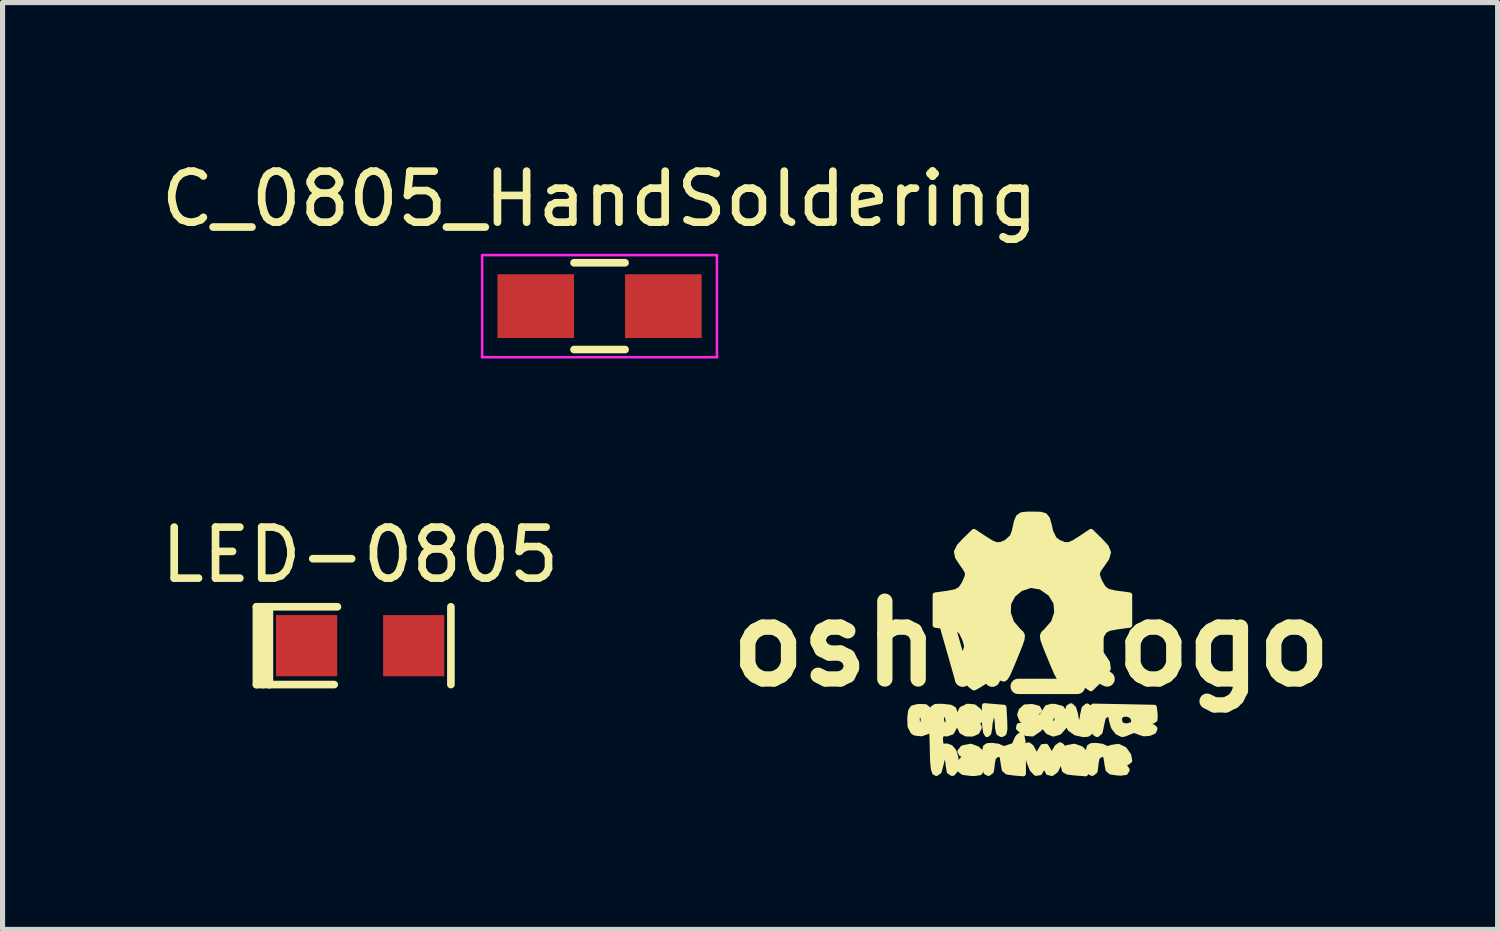
<source format=kicad_pcb>
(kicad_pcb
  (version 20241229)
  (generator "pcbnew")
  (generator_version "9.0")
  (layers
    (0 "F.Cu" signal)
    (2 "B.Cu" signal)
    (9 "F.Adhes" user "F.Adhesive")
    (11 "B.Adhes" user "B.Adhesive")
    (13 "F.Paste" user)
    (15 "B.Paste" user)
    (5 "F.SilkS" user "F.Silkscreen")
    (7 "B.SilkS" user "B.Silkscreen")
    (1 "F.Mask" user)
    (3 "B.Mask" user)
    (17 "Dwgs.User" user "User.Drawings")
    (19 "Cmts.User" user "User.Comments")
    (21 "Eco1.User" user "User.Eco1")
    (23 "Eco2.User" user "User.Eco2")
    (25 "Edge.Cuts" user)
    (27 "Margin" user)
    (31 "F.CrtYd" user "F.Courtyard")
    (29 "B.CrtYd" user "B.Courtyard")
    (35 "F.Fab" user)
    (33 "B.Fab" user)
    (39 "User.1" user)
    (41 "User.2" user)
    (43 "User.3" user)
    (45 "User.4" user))
  (footprint "LED-0805"
    (layer "F.Cu")
    (at 4.006 9.6)
    (property "Reference" "LED-0805" (at 0 -1.778 0) (layer "F.SilkS") (effects (font (size 1 1) (thickness 0.15))))
    (attr smd)
    (fp_line (start -2.032 -0.762) (end -1.778 -0.762) (stroke (width 0.15) (type solid)) (layer "F.SilkS"))
    (fp_line (start -2.032 0.762) (end -2.032 -0.762) (stroke (width 0.15) (type solid)) (layer "F.SilkS"))
    (fp_line (start -1.905 -0.762) (end -1.905 0.762) (stroke (width 0.15) (type solid)) (layer "F.SilkS"))
    (fp_line (start -1.778 -0.762) (end -1.778 0.762) (stroke (width 0.15) (type solid)) (layer "F.SilkS"))
    (fp_line (start -1.778 -0.762) (end -0.445 -0.762) (stroke (width 0.15) (type solid)) (layer "F.SilkS"))
    (fp_line (start -1.778 0.762) (end -2.032 0.762) (stroke (width 0.15) (type solid)) (layer "F.SilkS"))
    (fp_line (start -1.778 0.762) (end -0.508 0.762) (stroke (width 0.15) (type solid)) (layer "F.SilkS"))
    (fp_line (start 1.778 -0.762) (end 1.778 0.762) (stroke (width 0.15) (type solid)) (layer "F.SilkS"))
    (pad "1" smd rect (at -1.049 0 180) (size 1.199 1.199) (layers "F.Cu" "F.Mask" "F.Paste"))
    (pad "2" smd rect (at 1.049 0 180) (size 1.199 1.199) (layers "F.Cu" "F.Mask" "F.Paste")))
  (footprint "oshw_logo"
    (layer "F.Cu")
    (at 17.152 9.563)
    (property "Reference" "oshw_logo" (at 0 0 0) (layer "F.SilkS") (effects (font (size 1.524 1.524) (thickness 0.3))))
    (attr through_hole)
    (fp_poly (pts (xy -0.515 1.672) (xy -0.532 1.753) (xy -0.576 1.778) (xy -0.582 1.778) (xy -0.636 1.747) (xy -0.658 1.643) (xy -0.66 1.575) (xy -0.674 1.436) (xy -0.709 1.374) (xy -0.755 1.398) (xy -0.782 1.452) (xy -0.807 1.567) (xy -0.813 1.655) (xy -0.831 1.749) (xy -0.864 1.778) (xy -0.891 1.732) (xy -0.91 1.613) (xy -0.914 1.496) (xy -0.914 1.213) (xy -0.724 1.229) (xy -0.533 1.245) (xy -0.518 1.511) (xy -0.515 1.672)) (stroke (width 0.1) (type solid)) (fill yes) (layer "F.SilkS"))
    (fp_poly (pts (xy -0.97 1.441) (xy -1 1.505) (xy -1.114 1.524) (xy -1.121 1.524) (xy -1.177 1.531) (xy -1.177 1.404) (xy -1.185 1.389) (xy -1.246 1.382) (xy -1.253 1.389) (xy -1.246 1.419) (xy -1.219 1.422) (xy -1.177 1.404) (xy -1.177 1.531) (xy -1.219 1.537) (xy -1.249 1.567) (xy -1.248 1.57) (xy -1.182 1.596) (xy -1.118 1.59) (xy -1.033 1.594) (xy -1.016 1.64) (xy -1.058 1.725) (xy -1.157 1.769) (xy -1.276 1.765) (xy -1.361 1.717) (xy -1.405 1.625) (xy -1.422 1.499) (xy -1.404 1.367) (xy -1.361 1.28) (xy -1.247 1.224) (xy -1.118 1.236) (xy -1.022 1.31) (xy -1.018 1.317) (xy -0.97 1.441)) (stroke (width 0.1) (type solid)) (fill yes) (layer "F.SilkS"))
    (fp_poly (pts (xy -0.966 2.349) (xy -0.971 2.471) (xy -1.006 2.525) (xy -1.101 2.54) (xy -1.143 2.54) (xy -1.143 2.388) (xy -1.155 2.345) (xy -1.194 2.337) (xy -1.249 2.361) (xy -1.245 2.388) (xy -1.201 2.436) (xy -1.194 2.438) (xy -1.153 2.403) (xy -1.143 2.388) (xy -1.143 2.54) (xy -1.17 2.54) (xy -1.333 2.52) (xy -1.404 2.464) (xy -1.412 2.337) (xy -1.336 2.254) (xy -1.243 2.235) (xy -1.154 2.219) (xy -1.144 2.182) (xy -1.213 2.152) (xy -1.27 2.159) (xy -1.366 2.161) (xy -1.395 2.112) (xy -1.344 2.045) (xy -1.326 2.035) (xy -1.187 2.008) (xy -1.055 2.055) (xy -1.004 2.104) (xy -0.979 2.188) (xy -0.966 2.324) (xy -0.966 2.349)) (stroke (width 0.1) (type solid)) (fill yes) (layer "F.SilkS"))
    (fp_poly (pts (xy -0.152 2.546) (xy -0.305 2.534) (xy -0.305 2.286) (xy -0.326 2.203) (xy -0.356 2.184) (xy -0.397 2.227) (xy -0.406 2.286) (xy -0.385 2.369) (xy -0.356 2.388) (xy -0.314 2.345) (xy -0.305 2.286) (xy -0.305 2.534) (xy -0.343 2.53) (xy -0.469 2.512) (xy -0.526 2.463) (xy -0.547 2.351) (xy -0.549 2.33) (xy -0.568 2.208) (xy -0.608 2.165) (xy -0.663 2.17) (xy -0.736 2.221) (xy -0.761 2.338) (xy -0.762 2.368) (xy -0.78 2.497) (xy -0.836 2.54) (xy -0.838 2.54) (xy -0.884 2.515) (xy -0.908 2.426) (xy -0.914 2.264) (xy -0.912 2.106) (xy -0.895 2.024) (xy -0.85 1.995) (xy -0.762 1.992) (xy -0.76 1.992) (xy -0.643 2.008) (xy -0.579 2.04) (xy -0.52 2.054) (xy -0.454 2.03) (xy -0.375 2.004) (xy -0.351 2.018) (xy -0.336 2.007) (xy -0.311 1.934) (xy -0.262 1.832) (xy -0.214 1.79) (xy -0.181 1.81) (xy -0.161 1.904) (xy -0.153 2.084) (xy -0.152 2.158) (xy -0.152 2.546)) (stroke (width 0.1) (type solid)) (fill yes) (layer "F.SilkS"))
    (fp_poly (pts (xy 1.93 2.29) (xy 1.886 2.324) (xy 1.778 2.344) (xy 1.765 2.344) (xy 1.727 2.347) (xy 1.727 2.184) (xy 1.71 2.135) (xy 1.705 2.134) (xy 1.661 2.169) (xy 1.651 2.184) (xy 1.655 2.231) (xy 1.673 2.235) (xy 1.725 2.198) (xy 1.727 2.184) (xy 1.727 2.347) (xy 1.661 2.351) (xy 1.655 2.359) (xy 1.74 2.373) (xy 1.845 2.414) (xy 1.88 2.47) (xy 1.851 2.521) (xy 1.753 2.534) (xy 1.689 2.53) (xy 1.563 2.512) (xy 1.506 2.463) (xy 1.485 2.351) (xy 1.483 2.33) (xy 1.464 2.208) (xy 1.424 2.165) (xy 1.369 2.17) (xy 1.296 2.221) (xy 1.271 2.338) (xy 1.27 2.368) (xy 1.252 2.497) (xy 1.196 2.54) (xy 1.194 2.54) (xy 1.148 2.515) (xy 1.124 2.426) (xy 1.118 2.264) (xy 1.12 2.106) (xy 1.137 2.024) (xy 1.182 1.995) (xy 1.27 1.992) (xy 1.272 1.992) (xy 1.389 2.008) (xy 1.453 2.04) (xy 1.512 2.054) (xy 1.578 2.03) (xy 1.708 2.01) (xy 1.828 2.068) (xy 1.911 2.184) (xy 1.93 2.29)) (stroke (width 0.1) (type solid)) (fill yes) (layer "F.SilkS"))
    (fp_poly (pts (xy 2.429 1.384) (xy 2.427 1.486) (xy 2.371 1.521) (xy 2.315 1.524) (xy 2.277 1.531) (xy 2.277 1.404) (xy 2.269 1.389) (xy 2.209 1.382) (xy 2.201 1.389) (xy 2.208 1.419) (xy 2.235 1.422) (xy 2.277 1.404) (xy 2.277 1.531) (xy 2.218 1.541) (xy 2.184 1.574) (xy 2.227 1.609) (xy 2.293 1.612) (xy 2.389 1.627) (xy 2.424 1.662) (xy 2.402 1.718) (xy 2.318 1.754) (xy 2.211 1.763) (xy 2.119 1.735) (xy 2.111 1.729) (xy 2.017 1.696) (xy 2.013 1.697) (xy 2.013 1.493) (xy 1.971 1.415) (xy 1.885 1.377) (xy 1.792 1.383) (xy 1.733 1.436) (xy 1.727 1.468) (xy 1.747 1.57) (xy 1.824 1.607) (xy 1.902 1.607) (xy 1.994 1.575) (xy 2.013 1.493) (xy 2.013 1.697) (xy 1.937 1.724) (xy 1.835 1.767) (xy 1.785 1.778) (xy 1.691 1.734) (xy 1.612 1.629) (xy 1.575 1.501) (xy 1.575 1.491) (xy 1.555 1.397) (xy 1.487 1.381) (xy 1.486 1.381) (xy 1.416 1.435) (xy 1.383 1.572) (xy 1.381 1.588) (xy 1.351 1.729) (xy 1.293 1.778) (xy 1.292 1.778) (xy 1.248 1.75) (xy 1.225 1.653) (xy 1.219 1.5) (xy 1.219 1.222) (xy 1.816 1.233) (xy 2.413 1.245) (xy 2.429 1.384)) (stroke (width 0.1) (type solid)) (fill yes) (layer "F.SilkS"))
    (fp_poly (pts (xy 1.067 2.546) (xy 0.889 2.533) (xy 0.889 2.388) (xy 0.877 2.345) (xy 0.838 2.337) (xy 0.783 2.361) (xy 0.787 2.388) (xy 0.831 2.436) (xy 0.838 2.438) (xy 0.879 2.403) (xy 0.889 2.388) (xy 0.889 2.533) (xy 0.851 2.53) (xy 0.714 2.513) (xy 0.652 2.477) (xy 0.635 2.404) (xy 0.635 2.388) (xy 0.659 2.29) (xy 0.748 2.239) (xy 0.787 2.229) (xy 0.893 2.201) (xy 0.9 2.181) (xy 0.808 2.167) (xy 0.748 2.163) (xy 0.652 2.171) (xy 0.593 2.229) (xy 0.55 2.347) (xy 0.486 2.48) (xy 0.407 2.54) (xy 0.334 2.522) (xy 0.289 2.426) (xy 0.267 2.311) (xy 0.229 2.426) (xy 0.168 2.527) (xy 0.094 2.537) (xy 0.019 2.46) (xy -0.04 2.311) (xy -0.084 2.133) (xy -0.098 2.033) (xy -0.082 1.989) (xy -0.05 1.981) (xy 0.004 2.023) (xy 0.058 2.121) (xy 0.114 2.261) (xy 0.164 2.118) (xy 0.225 2.015) (xy 0.291 2.009) (xy 0.349 2.101) (xy 0.36 2.137) (xy 0.392 2.261) (xy 0.449 2.121) (xy 0.507 2.023) (xy 0.567 1.98) (xy 0.606 2.004) (xy 0.61 2.034) (xy 0.641 2.06) (xy 0.708 2.034) (xy 0.845 2.008) (xy 0.978 2.055) (xy 1.028 2.104) (xy 1.053 2.188) (xy 1.066 2.324) (xy 1.066 2.352) (xy 1.067 2.546)) (stroke (width 0.1) (type solid)) (fill yes) (layer "F.SilkS"))
    (fp_poly (pts (xy 1.168 1.499) (xy 1.166 1.658) (xy 1.149 1.741) (xy 1.105 1.773) (xy 1.02 1.778) (xy 0.874 1.746) (xy 0.759 1.665) (xy 0.711 1.561) (xy 0.71 1.558) (xy 0.692 1.553) (xy 0.647 1.623) (xy 0.646 1.626) (xy 0.552 1.733) (xy 0.508 1.747) (xy 0.508 1.473) (xy 0.489 1.391) (xy 0.463 1.372) (xy 0.407 1.412) (xy 0.379 1.493) (xy 0.393 1.544) (xy 0.463 1.573) (xy 0.504 1.514) (xy 0.508 1.473) (xy 0.508 1.747) (xy 0.436 1.768) (xy 0.33 1.725) (xy 0.3 1.687) (xy 0.25 1.621) (xy 0.203 1.63) (xy 0.145 1.684) (xy 0.025 1.766) (xy -0.098 1.756) (xy -0.165 1.723) (xy -0.247 1.652) (xy -0.237 1.603) (xy -0.143 1.589) (xy -0.089 1.596) (xy 0.014 1.613) (xy 0.024 1.606) (xy -0.049 1.573) (xy -0.184 1.489) (xy -0.223 1.39) (xy -0.196 1.308) (xy -0.119 1.238) (xy 0.016 1.229) (xy 0.135 1.26) (xy 0.161 1.309) (xy 0.093 1.359) (xy 0.041 1.375) (xy -0.034 1.397) (xy -0.02 1.413) (xy 0.067 1.432) (xy 0.179 1.437) (xy 0.24 1.378) (xy 0.258 1.337) (xy 0.311 1.25) (xy 0.404 1.225) (xy 0.468 1.229) (xy 0.596 1.263) (xy 0.659 1.35) (xy 0.666 1.372) (xy 0.701 1.499) (xy 0.706 1.359) (xy 0.731 1.245) (xy 0.781 1.215) (xy 0.834 1.263) (xy 0.87 1.383) (xy 0.873 1.41) (xy 0.895 1.532) (xy 0.93 1.597) (xy 0.94 1.6) (xy 0.976 1.555) (xy 1.003 1.444) (xy 1.006 1.41) (xy 1.037 1.268) (xy 1.095 1.219) (xy 1.095 1.219) (xy 1.14 1.247) (xy 1.163 1.344) (xy 1.168 1.499)) (stroke (width 0.1) (type solid)) (fill yes) (layer "F.SilkS"))
    (fp_poly (pts (xy -1.466 2.363) (xy -1.484 2.478) (xy -1.533 2.537) (xy -1.549 2.54) (xy -1.605 2.502) (xy -1.625 2.381) (xy -1.626 2.358) (xy -1.644 2.232) (xy -1.688 2.195) (xy -1.736 2.243) (xy -1.768 2.374) (xy -1.769 2.379) (xy -1.801 2.499) (xy -1.857 2.54) (xy -1.892 2.52) (xy -1.915 2.448) (xy -1.929 2.31) (xy -1.936 2.088) (xy -1.936 2.045) (xy -1.941 1.846) (xy -1.949 1.704) (xy -1.958 1.634) (xy -1.965 1.638) (xy -2.033 1.722) (xy -2.114 1.75) (xy -2.114 1.453) (xy -2.118 1.44) (xy -2.169 1.378) (xy -2.19 1.372) (xy -2.226 1.412) (xy -2.234 1.499) (xy -2.21 1.58) (xy -2.201 1.592) (xy -2.153 1.595) (xy -2.117 1.535) (xy -2.114 1.453) (xy -2.114 1.75) (xy -2.15 1.763) (xy -2.273 1.749) (xy -2.315 1.725) (xy -2.372 1.615) (xy -2.377 1.452) (xy -2.361 1.319) (xy -2.32 1.256) (xy -2.229 1.232) (xy -2.197 1.229) (xy -2.072 1.233) (xy -2.004 1.289) (xy -1.984 1.33) (xy -1.937 1.448) (xy -1.934 1.331) (xy -1.921 1.258) (xy -1.87 1.227) (xy -1.753 1.226) (xy -1.714 1.229) (xy -1.579 1.244) (xy -1.514 1.282) (xy -1.489 1.371) (xy -1.483 1.439) (xy -1.494 1.616) (xy -1.555 1.731) (xy -1.626 1.756) (xy -1.626 1.499) (xy -1.648 1.398) (xy -1.7 1.372) (xy -1.75 1.418) (xy -1.759 1.499) (xy -1.725 1.587) (xy -1.671 1.626) (xy -1.637 1.582) (xy -1.626 1.499) (xy -1.626 1.756) (xy -1.655 1.766) (xy -1.686 1.761) (xy -1.752 1.764) (xy -1.776 1.835) (xy -1.778 1.887) (xy -1.764 1.985) (xy -1.729 2.008) (xy -1.728 2.007) (xy -1.649 2.004) (xy -1.576 2.031) (xy -1.513 2.106) (xy -1.476 2.228) (xy -1.466 2.363)) (stroke (width 0.1) (type solid)) (fill yes) (layer "F.SilkS"))
    (fp_poly (pts (xy 1.93 -0.365) (xy 1.683 -0.331) (xy 1.529 -0.303) (xy 1.442 -0.257) (xy 1.385 -0.167) (xy 1.36 -0.107) (xy 1.316 0.022) (xy 1.321 0.108) (xy 1.38 0.202) (xy 1.404 0.232) (xy 1.496 0.372) (xy 1.511 0.486) (xy 1.446 0.605) (xy 1.348 0.709) (xy 1.172 0.88) (xy 0.966 0.743) (xy 0.825 0.661) (xy 0.728 0.639) (xy 0.663 0.659) (xy 0.614 0.685) (xy 0.577 0.689) (xy 0.541 0.656) (xy 0.497 0.573) (xy 0.432 0.423) (xy 0.354 0.235) (xy 0.275 0.04) (xy 0.231 -0.083) (xy 0.221 -0.156) (xy 0.241 -0.203) (xy 0.289 -0.246) (xy 0.291 -0.248) (xy 0.437 -0.416) (xy 0.503 -0.61) (xy 0.486 -0.804) (xy 0.383 -0.975) (xy 0.379 -0.979) (xy 0.189 -1.112) (xy -0.009 -1.145) (xy -0.206 -1.079) (xy -0.351 -0.959) (xy -0.441 -0.794) (xy -0.449 -0.602) (xy -0.381 -0.411) (xy -0.241 -0.248) (xy -0.24 -0.248) (xy -0.192 -0.205) (xy -0.171 -0.159) (xy -0.179 -0.087) (xy -0.221 0.033) (xy -0.299 0.224) (xy -0.303 0.235) (xy -0.393 0.452) (xy -0.454 0.59) (xy -0.497 0.665) (xy -0.531 0.69) (xy -0.57 0.682) (xy -0.613 0.659) (xy -0.697 0.638) (xy -0.8 0.672) (xy -0.901 0.735) (xy -1.021 0.812) (xy -1.103 0.858) (xy -1.119 0.864) (xy -1.169 0.83) (xy -1.261 0.746) (xy -1.311 0.696) (xy -1.428 0.557) (xy -1.464 0.445) (xy -1.424 0.329) (xy -1.354 0.232) (xy -1.28 0.129) (xy -1.262 0.045) (xy -1.294 -0.068) (xy -1.309 -0.107) (xy -1.364 -0.223) (xy -1.433 -0.286) (xy -1.553 -0.319) (xy -1.632 -0.331) (xy -1.88 -0.365) (xy -1.88 -0.66) (xy -1.88 -0.956) (xy -1.633 -0.99) (xy -1.477 -1.02) (xy -1.385 -1.07) (xy -1.319 -1.167) (xy -1.301 -1.203) (xy -1.251 -1.321) (xy -1.248 -1.402) (xy -1.301 -1.493) (xy -1.344 -1.552) (xy -1.44 -1.695) (xy -1.462 -1.804) (xy -1.408 -1.912) (xy -1.297 -2.03) (xy -1.122 -2.201) (xy -0.917 -2.065) (xy -0.774 -1.976) (xy -0.677 -1.939) (xy -0.588 -1.947) (xy -0.487 -1.988) (xy -0.371 -2.094) (xy -0.329 -2.204) (xy -0.291 -2.382) (xy -0.25 -2.482) (xy -0.185 -2.528) (xy -0.07 -2.54) (xy 0.025 -2.54) (xy 0.178 -2.537) (xy 0.268 -2.513) (xy 0.32 -2.447) (xy 0.357 -2.316) (xy 0.38 -2.204) (xy 0.453 -2.052) (xy 0.538 -1.988) (xy 0.65 -1.944) (xy 0.737 -1.94) (xy 0.838 -1.983) (xy 0.968 -2.065) (xy 1.172 -2.201) (xy 1.348 -2.03) (xy 1.471 -1.897) (xy 1.514 -1.79) (xy 1.482 -1.678) (xy 1.395 -1.552) (xy 1.316 -1.44) (xy 1.294 -1.36) (xy 1.323 -1.265) (xy 1.352 -1.203) (xy 1.417 -1.091) (xy 1.499 -1.03) (xy 1.634 -0.997) (xy 1.684 -0.99) (xy 1.93 -0.956) (xy 1.93 -0.66) (xy 1.93 -0.365)) (stroke (width 0.1) (type solid)) (fill yes) (layer "F.SilkS")))
  (footprint "C_0805_HandSoldering"
    (layer "F.Cu")
    (at 8.696 2.948)
    (property "Reference" "C_0805_HandSoldering" (at 0 -2.1 0) (layer "F.SilkS") (effects (font (size 1 1) (thickness 0.15))))
    (attr smd)
    (fp_line (start -0.5 0.85) (end 0.5 0.85) (stroke (width 0.15) (type solid)) (layer "F.SilkS"))
    (fp_line (start 0.5 -0.85) (end -0.5 -0.85) (stroke (width 0.15) (type solid)) (layer "F.SilkS"))
    (fp_line (start -2.3 -1) (end -2.3 1) (stroke (width 0.05) (type solid)) (layer "F.CrtYd"))
    (fp_line (start -2.3 -1) (end 2.3 -1) (stroke (width 0.05) (type solid)) (layer "F.CrtYd"))
    (fp_line (start -2.3 1) (end 2.3 1) (stroke (width 0.05) (type solid)) (layer "F.CrtYd"))
    (fp_line (start 2.3 -1) (end 2.3 1) (stroke (width 0.05) (type solid)) (layer "F.CrtYd"))
    (pad "1" smd rect (at -1.25 0) (size 1.5 1.25) (layers "F.Cu" "F.Mask" "F.Paste"))
    (pad "2" smd rect (at 1.25 0) (size 1.5 1.25) (layers "F.Cu" "F.Mask" "F.Paste")))
  (gr_rect
    (start -3 -3)
    (end 26.291 15.159)
    (stroke (width 0.1) (type default))
    (fill no)
    (layer "Edge.Cuts")))
</source>
